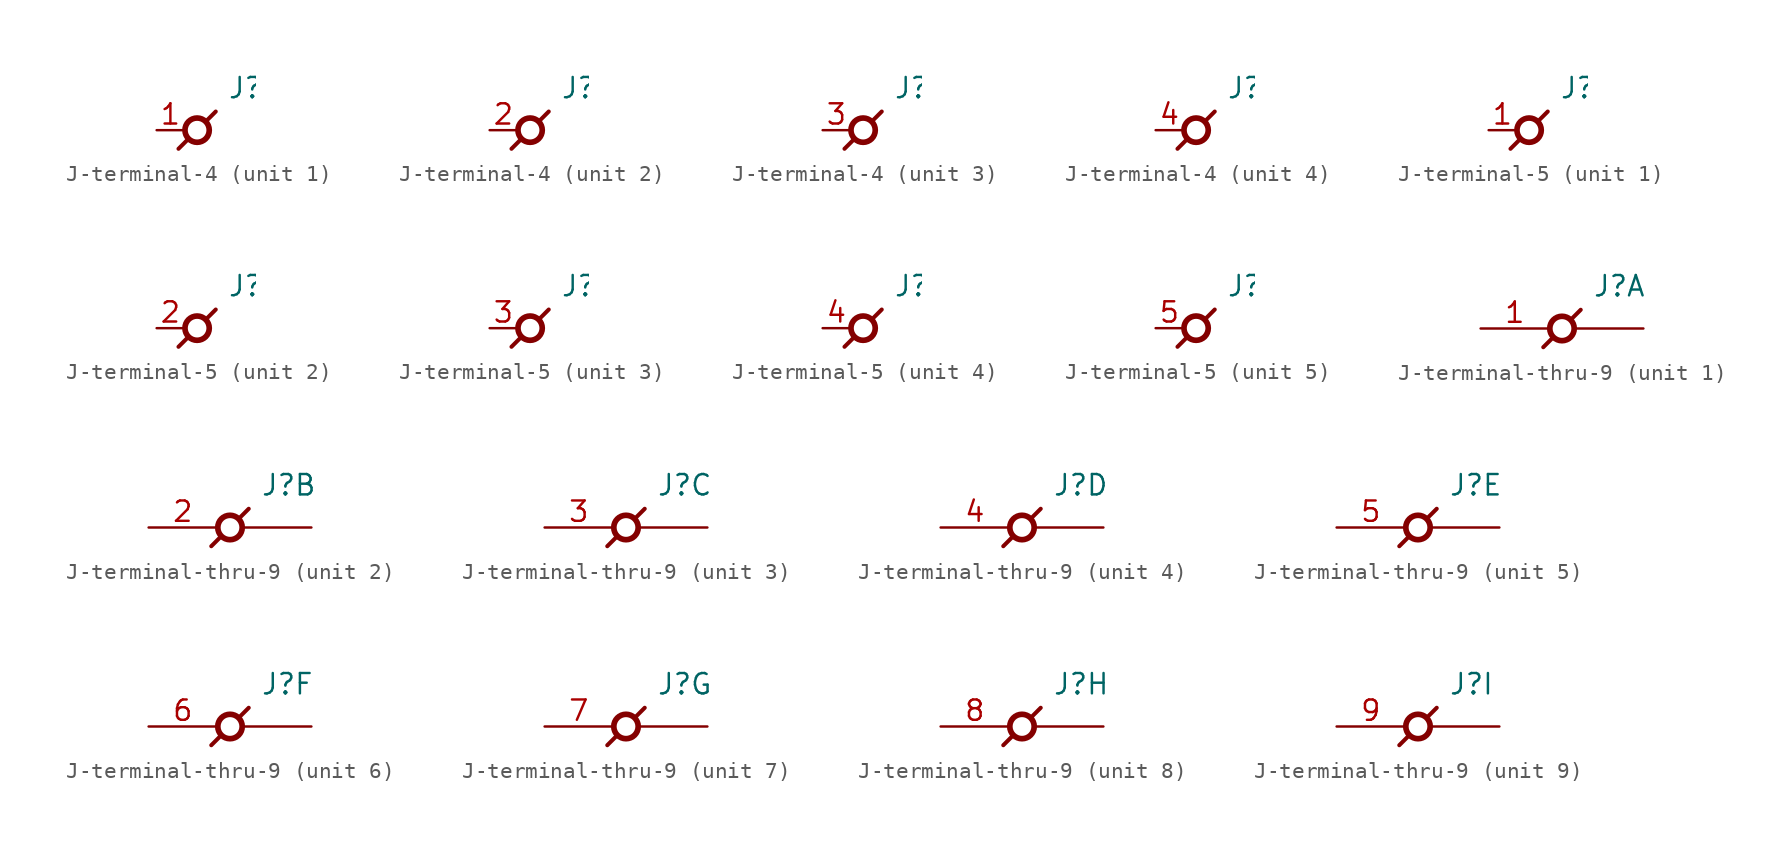
<source format=kicad_sym>
(kicad_symbol_lib
  (version 20211014)
  (generator kicad_symbol_editor)
  (symbol "J-terminal-4"
    (pin_names hide)
    (property "Reference" "J"
      (at 1.905 1.905 0)
      (effects (font (size 1.27 1.27)) (justify left bottom)))
    (property "ki_locked" ""
      (at 0 0 0)
      (effects (font (size 1.27 1.27))))
    (symbol "J-terminal-4_0_0"
      (polyline (pts (xy -0.584 -0.584) (xy -1.168 -1.168)) (stroke (width 0.254) (type default) (color 0 0 0 0)) (fill (type none)))
      (polyline (pts (xy 0.584 0.584) (xy 1.168 1.168)) (stroke (width 0.254) (type default) (color 0 0 0 0)) (fill (type none)))
      (circle (center 0 0) (radius 0.762) (stroke (width 0.356) (type default) (color 0 0 0 0)) (fill (type none))))
    (symbol "J-terminal-4_1_1"
      (pin passive line (at -2.54 0 0) (length 1.727) (name "1" (effects (font (size 1.27 1.27)))) (number "1" (effects (font (size 1.27 1.27))))))
    (symbol "J-terminal-4_2_1"
      (pin passive line (at -2.54 0 0) (length 1.727) (name "2" (effects (font (size 1.27 1.27)))) (number "2" (effects (font (size 1.27 1.27))))))
    (symbol "J-terminal-4_3_1"
      (pin passive line (at -2.54 0 0) (length 1.727) (name "3" (effects (font (size 1.27 1.27)))) (number "3" (effects (font (size 1.27 1.27))))))
    (symbol "J-terminal-4_4_1"
      (pin passive line (at -2.54 0 0) (length 1.727) (name "4" (effects (font (size 1.27 1.27)))) (number "4" (effects (font (size 1.27 1.27)))))))
  (symbol "J-terminal-5"
    (pin_names hide)
    (property "Reference" "J"
      (at 1.905 1.905 0)
      (effects (font (size 1.27 1.27)) (justify left bottom)))
    (property "ki_locked" ""
      (at 0 0 0)
      (effects (font (size 1.27 1.27))))
    (symbol "J-terminal-5_0_0"
      (polyline (pts (xy -0.584 -0.584) (xy -1.168 -1.168)) (stroke (width 0.254) (type default) (color 0 0 0 0)) (fill (type none)))
      (polyline (pts (xy 0.584 0.584) (xy 1.168 1.168)) (stroke (width 0.254) (type default) (color 0 0 0 0)) (fill (type none)))
      (circle (center 0 0) (radius 0.762) (stroke (width 0.356) (type default) (color 0 0 0 0)) (fill (type none))))
    (symbol "J-terminal-5_1_1"
      (pin passive line (at -2.54 0 0) (length 1.727) (name "1" (effects (font (size 1.27 1.27)))) (number "1" (effects (font (size 1.27 1.27))))))
    (symbol "J-terminal-5_2_1"
      (pin passive line (at -2.54 0 0) (length 1.727) (name "2" (effects (font (size 1.27 1.27)))) (number "2" (effects (font (size 1.27 1.27))))))
    (symbol "J-terminal-5_3_1"
      (pin passive line (at -2.54 0 0) (length 1.727) (name "3" (effects (font (size 1.27 1.27)))) (number "3" (effects (font (size 1.27 1.27))))))
    (symbol "J-terminal-5_4_1"
      (pin passive line (at -2.54 0 0) (length 1.727) (name "4" (effects (font (size 1.27 1.27)))) (number "4" (effects (font (size 1.27 1.27))))))
    (symbol "J-terminal-5_5_1"
      (pin passive line (at -2.54 0 0) (length 1.727) (name "5" (effects (font (size 1.27 1.27)))) (number "5" (effects (font (size 1.27 1.27)))))))
  (symbol "J-terminal-thru-9"
    (pin_names
      (offset 0.635) hide)
    (property "Reference" "J"
      (at 1.905 1.905 0)
      (effects (font (size 1.27 1.27)) (justify left bottom)))
    (property "ki_locked" ""
      (at 0 0 0)
      (effects (font (size 1.27 1.27))))
    (symbol "J-terminal-thru-9_0_0"
      (polyline (pts (xy -0.584 -0.584) (xy -1.168 -1.168)) (stroke (width 0.254) (type default) (color 0 0 0 0)) (fill (type none)))
      (polyline (pts (xy 0.584 0.584) (xy 1.168 1.168)) (stroke (width 0.254) (type default) (color 0 0 0 0)) (fill (type none)))
      (circle (center 0 0) (radius 0.762) (stroke (width 0.356) (type default) (color 0 0 0 0)) (fill (type none))))
    (symbol "J-terminal-thru-9_1_1"
      (pin passive line (at -5.08 0 0) (length 4.267) (name "1" (effects (font (size 1.27 1.27)))) (number "1" (effects (font (size 1.27 1.27)))))
      (pin passive line (at 5.08 0 180) (length 4.267) (name "1" (effects (font (size 1.27 1.27)))) (number "1" (effects (font (size 0 0))))))
    (symbol "J-terminal-thru-9_2_1"
      (pin passive line (at -5.08 0 0) (length 4.267) (name "2" (effects (font (size 1.27 1.27)))) (number "2" (effects (font (size 1.27 1.27)))))
      (pin passive line (at 5.08 0 180) (length 4.267) (name "2" (effects (font (size 1.27 1.27)))) (number "2" (effects (font (size 0 0))))))
    (symbol "J-terminal-thru-9_3_1"
      (pin passive line (at -5.08 0 0) (length 4.267) (name "3" (effects (font (size 1.27 1.27)))) (number "3" (effects (font (size 1.27 1.27)))))
      (pin passive line (at 5.08 0 180) (length 4.267) (name "3" (effects (font (size 1.27 1.27)))) (number "3" (effects (font (size 0 0))))))
    (symbol "J-terminal-thru-9_4_1"
      (pin passive line (at -5.08 0 0) (length 4.267) (name "4" (effects (font (size 1.27 1.27)))) (number "4" (effects (font (size 1.27 1.27)))))
      (pin passive line (at 5.08 0 180) (length 4.267) (name "4" (effects (font (size 1.27 1.27)))) (number "4" (effects (font (size 0 0))))))
    (symbol "J-terminal-thru-9_5_1"
      (pin passive line (at -5.08 0 0) (length 4.267) (name "5" (effects (font (size 1.27 1.27)))) (number "5" (effects (font (size 1.27 1.27)))))
      (pin passive line (at 5.08 0 180) (length 4.267) (name "5" (effects (font (size 1.27 1.27)))) (number "5" (effects (font (size 0 0))))))
    (symbol "J-terminal-thru-9_6_1"
      (pin passive line (at -5.08 0 0) (length 4.267) (name "6" (effects (font (size 1.27 1.27)))) (number "6" (effects (font (size 1.27 1.27)))))
      (pin passive line (at 5.08 0 180) (length 4.267) (name "6" (effects (font (size 1.27 1.27)))) (number "6" (effects (font (size 0 0))))))
    (symbol "J-terminal-thru-9_7_1"
      (pin passive line (at -5.08 0 0) (length 4.267) (name "7" (effects (font (size 1.27 1.27)))) (number "7" (effects (font (size 1.27 1.27)))))
      (pin passive line (at 5.08 0 180) (length 4.267) (name "7" (effects (font (size 1.27 1.27)))) (number "7" (effects (font (size 0 0))))))
    (symbol "J-terminal-thru-9_8_1"
      (pin passive line (at -5.08 0 0) (length 4.267) (name "8" (effects (font (size 1.27 1.27)))) (number "8" (effects (font (size 1.27 1.27)))))
      (pin passive line (at 5.08 0 180) (length 4.267) (name "8" (effects (font (size 1.27 1.27)))) (number "8" (effects (font (size 0 0))))))
    (symbol "J-terminal-thru-9_9_1"
      (pin passive line (at -5.08 0 0) (length 4.267) (name "9" (effects (font (size 1.27 1.27)))) (number "9" (effects (font (size 1.27 1.27)))))
      (pin passive line (at 5.08 0 180) (length 4.267) (name "9" (effects (font (size 1.27 1.27)))) (number "9" (effects (font (size 0 0))))))))
</source>
